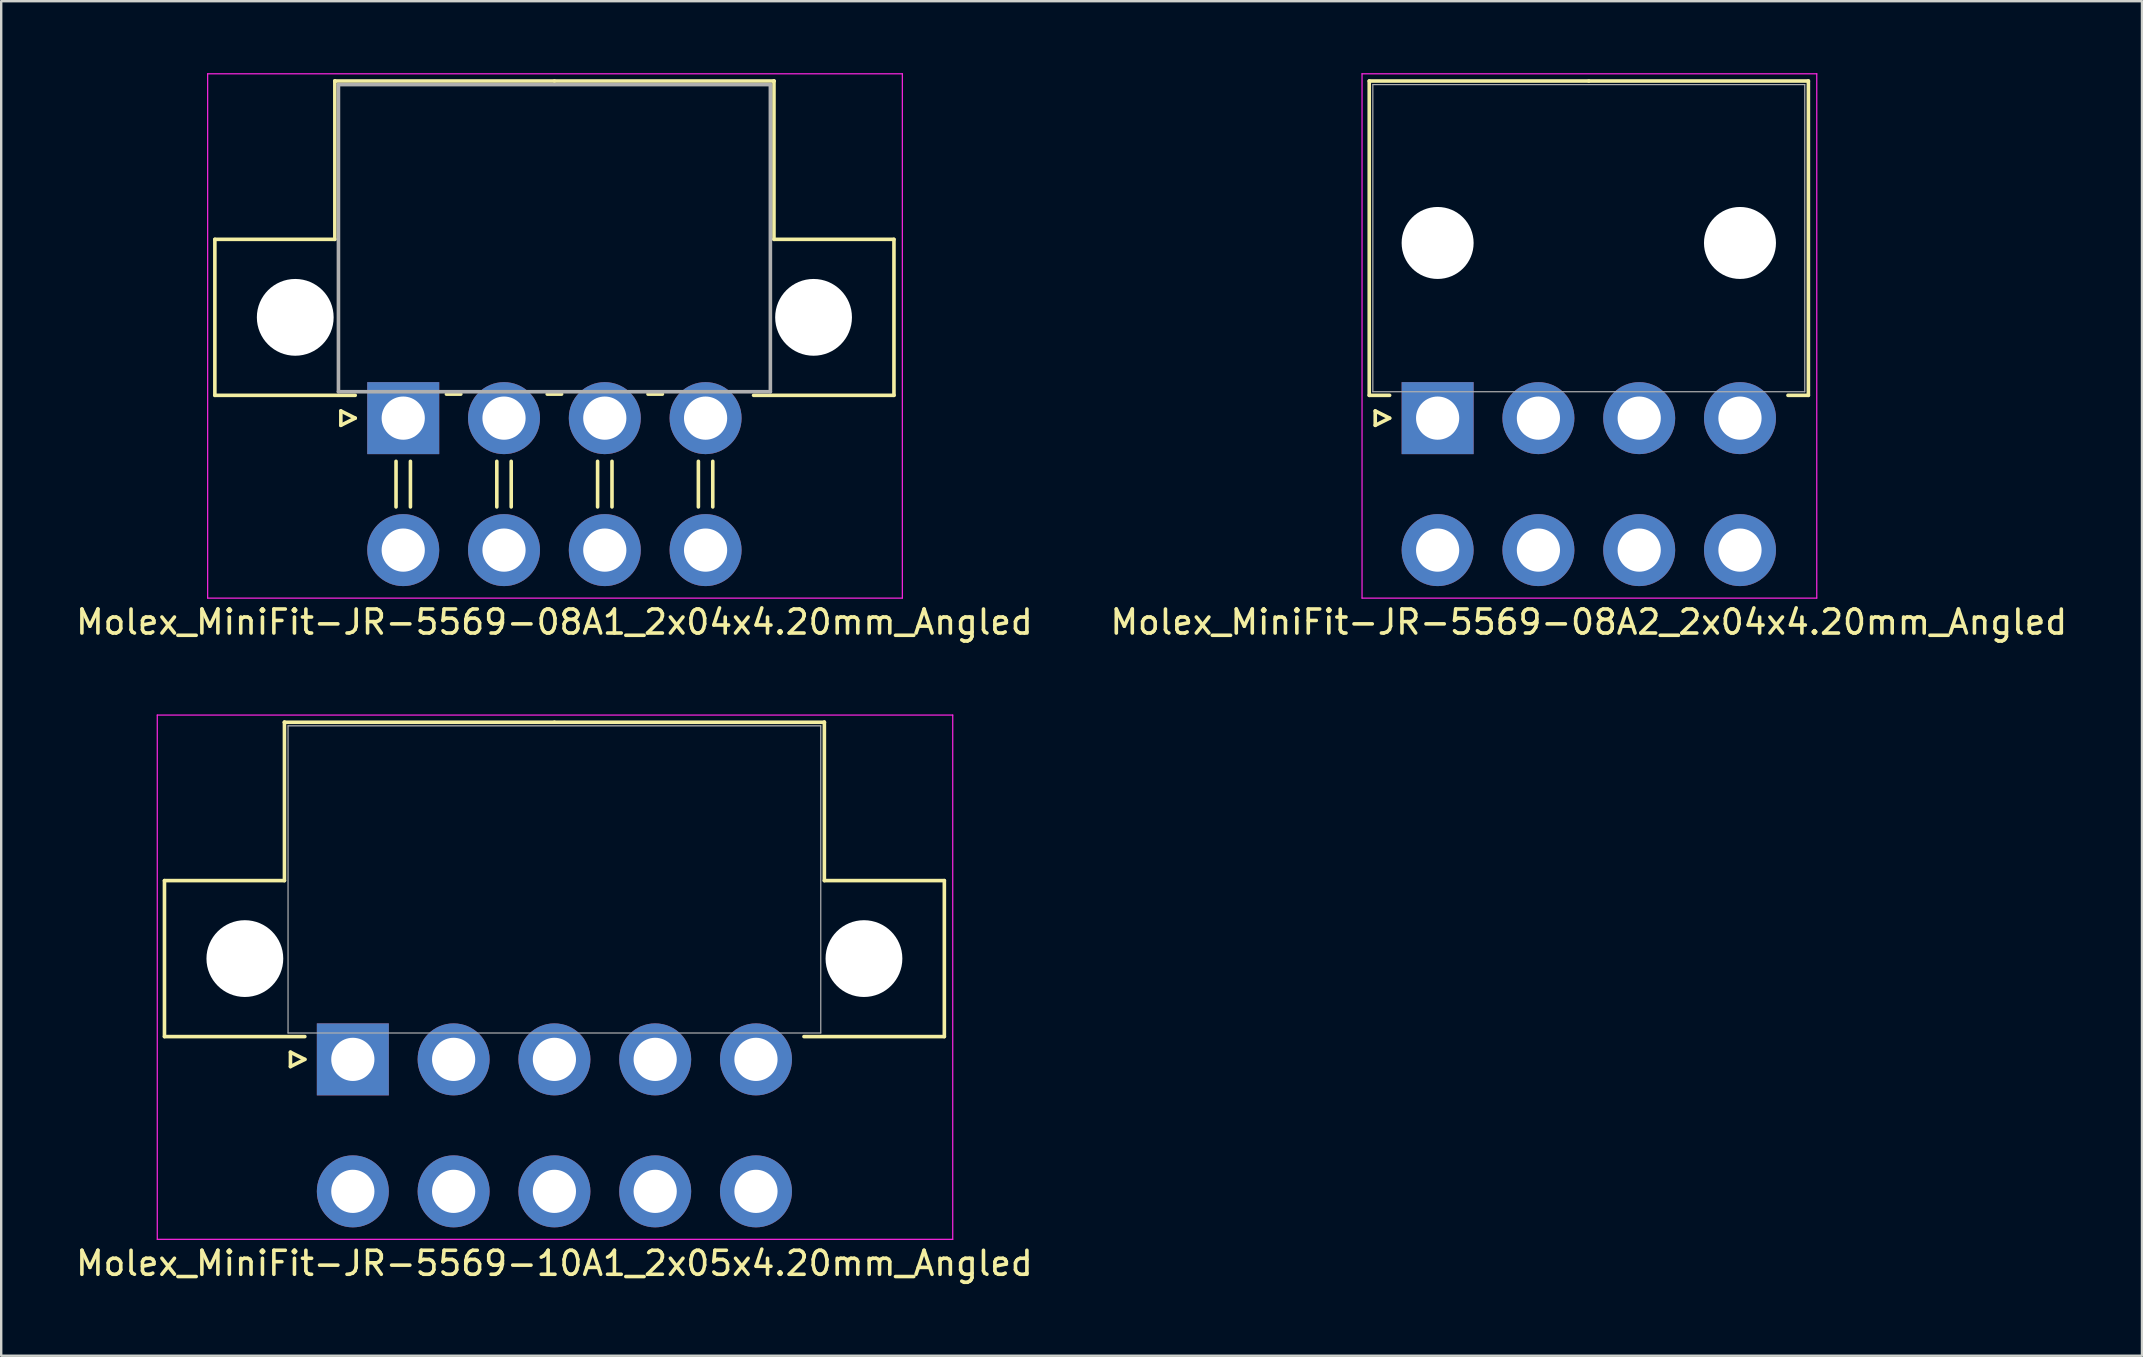
<source format=kicad_pcb>
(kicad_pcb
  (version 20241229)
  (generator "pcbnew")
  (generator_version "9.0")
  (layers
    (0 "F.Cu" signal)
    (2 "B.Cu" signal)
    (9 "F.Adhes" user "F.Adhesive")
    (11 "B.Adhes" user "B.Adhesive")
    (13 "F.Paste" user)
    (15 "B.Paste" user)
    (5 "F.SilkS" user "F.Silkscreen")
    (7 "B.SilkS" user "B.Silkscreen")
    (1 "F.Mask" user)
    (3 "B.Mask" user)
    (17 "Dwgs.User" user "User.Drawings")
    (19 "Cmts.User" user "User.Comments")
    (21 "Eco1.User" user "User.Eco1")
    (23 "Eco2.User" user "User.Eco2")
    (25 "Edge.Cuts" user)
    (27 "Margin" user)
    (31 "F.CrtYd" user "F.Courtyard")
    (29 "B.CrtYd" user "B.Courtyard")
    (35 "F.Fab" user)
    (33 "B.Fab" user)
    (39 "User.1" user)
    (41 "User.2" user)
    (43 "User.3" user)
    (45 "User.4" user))
  (footprint "Molex_MiniFit-JR-5569-10A1_2x05x4.20mm_Angled"
    (layer "F.Cu")
    (at 11.654 41.098)
    (property "Reference" "Molex_MiniFit-JR-5569-10A1_2x05x4.20mm_Angled" (at 8.4 8.5 0) (layer "F.SilkS") (effects (font (size 1 1) (thickness 0.15))))
    (attr through_hole)
    (fp_line (start -7.85 -7.45) (end -7.85 -0.95) (stroke (width 0.15) (type solid)) (layer "F.SilkS"))
    (fp_line (start -7.85 -0.95) (end -2 -0.95) (stroke (width 0.15) (type solid)) (layer "F.SilkS"))
    (fp_line (start -2.85 -14.05) (end -2.85 -14.05) (stroke (width 0.15) (type solid)) (layer "F.SilkS"))
    (fp_line (start -2.85 -14.05) (end -2.85 -7.45) (stroke (width 0.15) (type solid)) (layer "F.SilkS"))
    (fp_line (start -2.85 -7.45) (end -7.85 -7.45) (stroke (width 0.15) (type solid)) (layer "F.SilkS"))
    (fp_line (start -2.6 -0.3) (end -2 0) (stroke (width 0.15) (type solid)) (layer "F.SilkS"))
    (fp_line (start -2.6 0.3) (end -2.6 -0.3) (stroke (width 0.15) (type solid)) (layer "F.SilkS"))
    (fp_line (start -2 0) (end -2.6 0.3) (stroke (width 0.15) (type solid)) (layer "F.SilkS"))
    (fp_line (start 8.4 -14.05) (end -2.85 -14.05) (stroke (width 0.15) (type solid)) (layer "F.SilkS"))
    (fp_line (start 8.4 -14.05) (end 19.65 -14.05) (stroke (width 0.15) (type solid)) (layer "F.SilkS"))
    (fp_line (start 19.65 -14.05) (end 19.65 -14.05) (stroke (width 0.15) (type solid)) (layer "F.SilkS"))
    (fp_line (start 19.65 -14.05) (end 19.65 -7.45) (stroke (width 0.15) (type solid)) (layer "F.SilkS"))
    (fp_line (start 19.65 -7.45) (end 24.65 -7.45) (stroke (width 0.15) (type solid)) (layer "F.SilkS"))
    (fp_line (start 24.65 -7.45) (end 24.65 -0.95) (stroke (width 0.15) (type solid)) (layer "F.SilkS"))
    (fp_line (start 24.65 -0.95) (end 18.8 -0.95) (stroke (width 0.15) (type solid)) (layer "F.SilkS"))
    (fp_line (start -8.15 -14.35) (end -8.15 7.5) (stroke (width 0.05) (type solid)) (layer "F.CrtYd"))
    (fp_line (start -8.15 7.5) (end 25 7.5) (stroke (width 0.05) (type solid)) (layer "F.CrtYd"))
    (fp_line (start 25 -14.35) (end -8.15 -14.35) (stroke (width 0.05) (type solid)) (layer "F.CrtYd"))
    (fp_line (start 25 7.5) (end 25 -14.35) (stroke (width 0.05) (type solid)) (layer "F.CrtYd"))
    (fp_line (start -2.7 -13.9) (end -2.7 -1.1) (stroke (width 0.05) (type solid)) (layer "F.Fab"))
    (fp_line (start -2.7 -1.1) (end 19.5 -1.1) (stroke (width 0.05) (type solid)) (layer "F.Fab"))
    (fp_line (start 19.5 -13.9) (end -2.7 -13.9) (stroke (width 0.05) (type solid)) (layer "F.Fab"))
    (fp_line (start 19.5 -1.1) (end 19.5 -13.9) (stroke (width 0.05) (type solid)) (layer "F.Fab"))
    (pad "" np_thru_hole circle (at -4.5 -4.2) (size 3.2 3.2) (drill 3.2) (layers "*.Cu"))
    (pad "" np_thru_hole circle (at 21.3 -4.2) (size 3.2 3.2) (drill 3.2) (layers "*.Cu"))
    (pad "1" thru_hole rect (at 0 0) (size 3 3) (drill 1.8) (layers "*.Cu" "*.Mask"))
    (pad "2" thru_hole circle (at 4.2 0) (size 3 3) (drill 1.8) (layers "*.Cu" "*.Mask"))
    (pad "3" thru_hole circle (at 8.4 0) (size 3 3) (drill 1.8) (layers "*.Cu" "*.Mask"))
    (pad "4" thru_hole circle (at 12.6 0) (size 3 3) (drill 1.8) (layers "*.Cu" "*.Mask"))
    (pad "5" thru_hole circle (at 16.8 0) (size 3 3) (drill 1.8) (layers "*.Cu" "*.Mask"))
    (pad "6" thru_hole circle (at 0 5.5) (size 3 3) (drill 1.8) (layers "*.Cu" "*.Mask"))
    (pad "7" thru_hole circle (at 4.2 5.5) (size 3 3) (drill 1.8) (layers "*.Cu" "*.Mask"))
    (pad "8" thru_hole circle (at 8.4 5.5) (size 3 3) (drill 1.8) (layers "*.Cu" "*.Mask"))
    (pad "9" thru_hole circle (at 12.6 5.5) (size 3 3) (drill 1.8) (layers "*.Cu" "*.Mask"))
    (pad "10" thru_hole circle (at 16.8 5.5) (size 3 3) (drill 1.8) (layers "*.Cu" "*.Mask")))
  (footprint "Molex_MiniFit-JR-5569-08A1_2x04x4.20mm_Angled"
    (layer "F.Cu")
    (at 13.754 14.375)
    (property "Reference" "Molex_MiniFit-JR-5569-08A1_2x04x4.20mm_Angled" (at 6.3 8.5 0) (layer "F.SilkS") (effects (font (size 1 1) (thickness 0.15))))
    (attr through_hole)
    (fp_line (start -7.85 -7.45) (end -7.85 -0.95) (stroke (width 0.15) (type solid)) (layer "F.SilkS"))
    (fp_line (start -7.85 -0.95) (end -2 -0.95) (stroke (width 0.15) (type solid)) (layer "F.SilkS"))
    (fp_line (start -2.85 -14.05) (end -2.85 -14.05) (stroke (width 0.15) (type solid)) (layer "F.SilkS"))
    (fp_line (start -2.85 -14.05) (end -2.85 -7.45) (stroke (width 0.15) (type solid)) (layer "F.SilkS"))
    (fp_line (start -2.85 -7.45) (end -7.85 -7.45) (stroke (width 0.15) (type solid)) (layer "F.SilkS"))
    (fp_line (start -2.6 -0.3) (end -2 0) (stroke (width 0.15) (type solid)) (layer "F.SilkS"))
    (fp_line (start -2.6 0.3) (end -2.6 -0.3) (stroke (width 0.15) (type solid)) (layer "F.SilkS"))
    (fp_line (start -2 0) (end -2.6 0.3) (stroke (width 0.15) (type solid)) (layer "F.SilkS"))
    (fp_line (start -0.3 1.8) (end -0.3 3.7) (stroke (width 0.15) (type solid)) (layer "F.SilkS"))
    (fp_line (start 0.3 1.8) (end 0.3 3.7) (stroke (width 0.15) (type solid)) (layer "F.SilkS"))
    (fp_line (start 1.8 -1) (end 2.4 -1) (stroke (width 0.15) (type solid)) (layer "F.SilkS"))
    (fp_line (start 3.9 1.8) (end 3.9 3.7) (stroke (width 0.15) (type solid)) (layer "F.SilkS"))
    (fp_line (start 4.5 1.8) (end 4.5 3.7) (stroke (width 0.15) (type solid)) (layer "F.SilkS"))
    (fp_line (start 6 -1) (end 6.6 -1) (stroke (width 0.15) (type solid)) (layer "F.SilkS"))
    (fp_line (start 6.3 -14.05) (end -2.85 -14.05) (stroke (width 0.15) (type solid)) (layer "F.SilkS"))
    (fp_line (start 6.3 -14.05) (end 15.45 -14.05) (stroke (width 0.15) (type solid)) (layer "F.SilkS"))
    (fp_line (start 8.1 1.8) (end 8.1 3.7) (stroke (width 0.15) (type solid)) (layer "F.SilkS"))
    (fp_line (start 8.7 1.8) (end 8.7 3.7) (stroke (width 0.15) (type solid)) (layer "F.SilkS"))
    (fp_line (start 10.2 -1) (end 10.8 -1) (stroke (width 0.15) (type solid)) (layer "F.SilkS"))
    (fp_line (start 12.3 1.8) (end 12.3 3.7) (stroke (width 0.15) (type solid)) (layer "F.SilkS"))
    (fp_line (start 12.9 1.8) (end 12.9 3.7) (stroke (width 0.15) (type solid)) (layer "F.SilkS"))
    (fp_line (start 15.45 -14.05) (end 15.45 -14.05) (stroke (width 0.15) (type solid)) (layer "F.SilkS"))
    (fp_line (start 15.45 -14.05) (end 15.45 -7.45) (stroke (width 0.15) (type solid)) (layer "F.SilkS"))
    (fp_line (start 15.45 -7.45) (end 20.45 -7.45) (stroke (width 0.15) (type solid)) (layer "F.SilkS"))
    (fp_line (start 20.45 -7.45) (end 20.45 -0.95) (stroke (width 0.15) (type solid)) (layer "F.SilkS"))
    (fp_line (start 20.45 -0.95) (end 14.6 -0.95) (stroke (width 0.15) (type solid)) (layer "F.SilkS"))
    (fp_line (start -8.15 -14.35) (end -8.15 7.5) (stroke (width 0.05) (type solid)) (layer "F.CrtYd"))
    (fp_line (start -8.15 7.5) (end 20.8 7.5) (stroke (width 0.05) (type solid)) (layer "F.CrtYd"))
    (fp_line (start 20.8 -14.35) (end -8.15 -14.35) (stroke (width 0.05) (type solid)) (layer "F.CrtYd"))
    (fp_line (start 20.8 7.5) (end 20.8 -14.35) (stroke (width 0.05) (type solid)) (layer "F.CrtYd"))
    (fp_line (start -2.7 -13.9) (end -2.7 -1.1) (stroke (width 0.15) (type solid)) (layer "F.Fab"))
    (fp_line (start -2.7 -1.1) (end 15.3 -1.1) (stroke (width 0.15) (type solid)) (layer "F.Fab"))
    (fp_line (start 15.3 -13.9) (end -2.7 -13.9) (stroke (width 0.15) (type solid)) (layer "F.Fab"))
    (fp_line (start 15.3 -1.1) (end 15.3 -13.9) (stroke (width 0.15) (type solid)) (layer "F.Fab"))
    (pad "" np_thru_hole circle (at -4.5 -4.2) (size 3.2 3.2) (drill 3.2) (layers "*.Cu"))
    (pad "" np_thru_hole circle (at 17.1 -4.2) (size 3.2 3.2) (drill 3.2) (layers "*.Cu"))
    (pad "1" thru_hole rect (at 0 0) (size 3 3) (drill 1.8) (layers "*.Cu" "*.Mask"))
    (pad "2" thru_hole circle (at 4.2 0) (size 3 3) (drill 1.8) (layers "*.Cu" "*.Mask"))
    (pad "3" thru_hole circle (at 8.4 0) (size 3 3) (drill 1.8) (layers "*.Cu" "*.Mask"))
    (pad "4" thru_hole circle (at 12.6 0) (size 3 3) (drill 1.8) (layers "*.Cu" "*.Mask"))
    (pad "5" thru_hole circle (at 0 5.5) (size 3 3) (drill 1.8) (layers "*.Cu" "*.Mask"))
    (pad "6" thru_hole circle (at 4.2 5.5) (size 3 3) (drill 1.8) (layers "*.Cu" "*.Mask"))
    (pad "7" thru_hole circle (at 8.4 5.5) (size 3 3) (drill 1.8) (layers "*.Cu" "*.Mask"))
    (pad "8" thru_hole circle (at 12.6 5.5) (size 3 3) (drill 1.8) (layers "*.Cu" "*.Mask")))
  (footprint "Molex_MiniFit-JR-5569-08A2_2x04x4.20mm_Angled"
    (layer "F.Cu")
    (at 56.861 14.375)
    (property "Reference" "Molex_MiniFit-JR-5569-08A2_2x04x4.20mm_Angled" (at 6.3 8.5 0) (layer "F.SilkS") (effects (font (size 1 1) (thickness 0.15))))
    (attr through_hole)
    (fp_line (start -2.85 -14.05) (end 6.3 -14.05) (stroke (width 0.15) (type solid)) (layer "F.SilkS"))
    (fp_line (start -2.85 -0.95) (end -2.85 -14.05) (stroke (width 0.15) (type solid)) (layer "F.SilkS"))
    (fp_line (start -2.6 -0.3) (end -2 0) (stroke (width 0.15) (type solid)) (layer "F.SilkS"))
    (fp_line (start -2.6 0.3) (end -2.6 -0.3) (stroke (width 0.15) (type solid)) (layer "F.SilkS"))
    (fp_line (start -2 -0.95) (end -2.85 -0.95) (stroke (width 0.15) (type solid)) (layer "F.SilkS"))
    (fp_line (start -2 0) (end -2.6 0.3) (stroke (width 0.15) (type solid)) (layer "F.SilkS"))
    (fp_line (start 14.6 -0.95) (end 15.45 -0.95) (stroke (width 0.15) (type solid)) (layer "F.SilkS"))
    (fp_line (start 15.45 -14.05) (end 6.3 -14.05) (stroke (width 0.15) (type solid)) (layer "F.SilkS"))
    (fp_line (start 15.45 -0.95) (end 15.45 -14.05) (stroke (width 0.15) (type solid)) (layer "F.SilkS"))
    (fp_line (start -3.15 -14.35) (end -3.15 7.5) (stroke (width 0.05) (type solid)) (layer "F.CrtYd"))
    (fp_line (start -3.15 7.5) (end 15.8 7.5) (stroke (width 0.05) (type solid)) (layer "F.CrtYd"))
    (fp_line (start 15.8 -14.35) (end -3.15 -14.35) (stroke (width 0.05) (type solid)) (layer "F.CrtYd"))
    (fp_line (start 15.8 7.5) (end 15.8 -14.35) (stroke (width 0.05) (type solid)) (layer "F.CrtYd"))
    (fp_line (start -2.7 -13.9) (end -2.7 -1.1) (stroke (width 0.05) (type solid)) (layer "F.Fab"))
    (fp_line (start -2.7 -1.1) (end 15.3 -1.1) (stroke (width 0.05) (type solid)) (layer "F.Fab"))
    (fp_line (start 15.3 -13.9) (end -2.7 -13.9) (stroke (width 0.05) (type solid)) (layer "F.Fab"))
    (fp_line (start 15.3 -1.1) (end 15.3 -13.9) (stroke (width 0.05) (type solid)) (layer "F.Fab"))
    (pad "" np_thru_hole circle (at 0 -7.3) (size 3 3) (drill 3) (layers "*.Cu"))
    (pad "" np_thru_hole circle (at 12.6 -7.3) (size 3 3) (drill 3) (layers "*.Cu"))
    (pad "1" thru_hole rect (at 0 0) (size 3 3) (drill 1.8) (layers "*.Cu" "*.Mask"))
    (pad "2" thru_hole circle (at 4.2 0) (size 3 3) (drill 1.8) (layers "*.Cu" "*.Mask"))
    (pad "3" thru_hole circle (at 8.4 0) (size 3 3) (drill 1.8) (layers "*.Cu" "*.Mask"))
    (pad "4" thru_hole circle (at 12.6 0) (size 3 3) (drill 1.8) (layers "*.Cu" "*.Mask"))
    (pad "5" thru_hole circle (at 0 5.5) (size 3 3) (drill 1.8) (layers "*.Cu" "*.Mask"))
    (pad "6" thru_hole circle (at 4.2 5.5) (size 3 3) (drill 1.8) (layers "*.Cu" "*.Mask"))
    (pad "7" thru_hole circle (at 8.4 5.5) (size 3 3) (drill 1.8) (layers "*.Cu" "*.Mask"))
    (pad "8" thru_hole circle (at 12.6 5.5) (size 3 3) (drill 1.8) (layers "*.Cu" "*.Mask")))
  (gr_rect
    (start -3 -3)
    (end 86.214 53.447)
    (stroke (width 0.1) (type default))
    (fill no)
    (layer "Edge.Cuts")))
</source>
